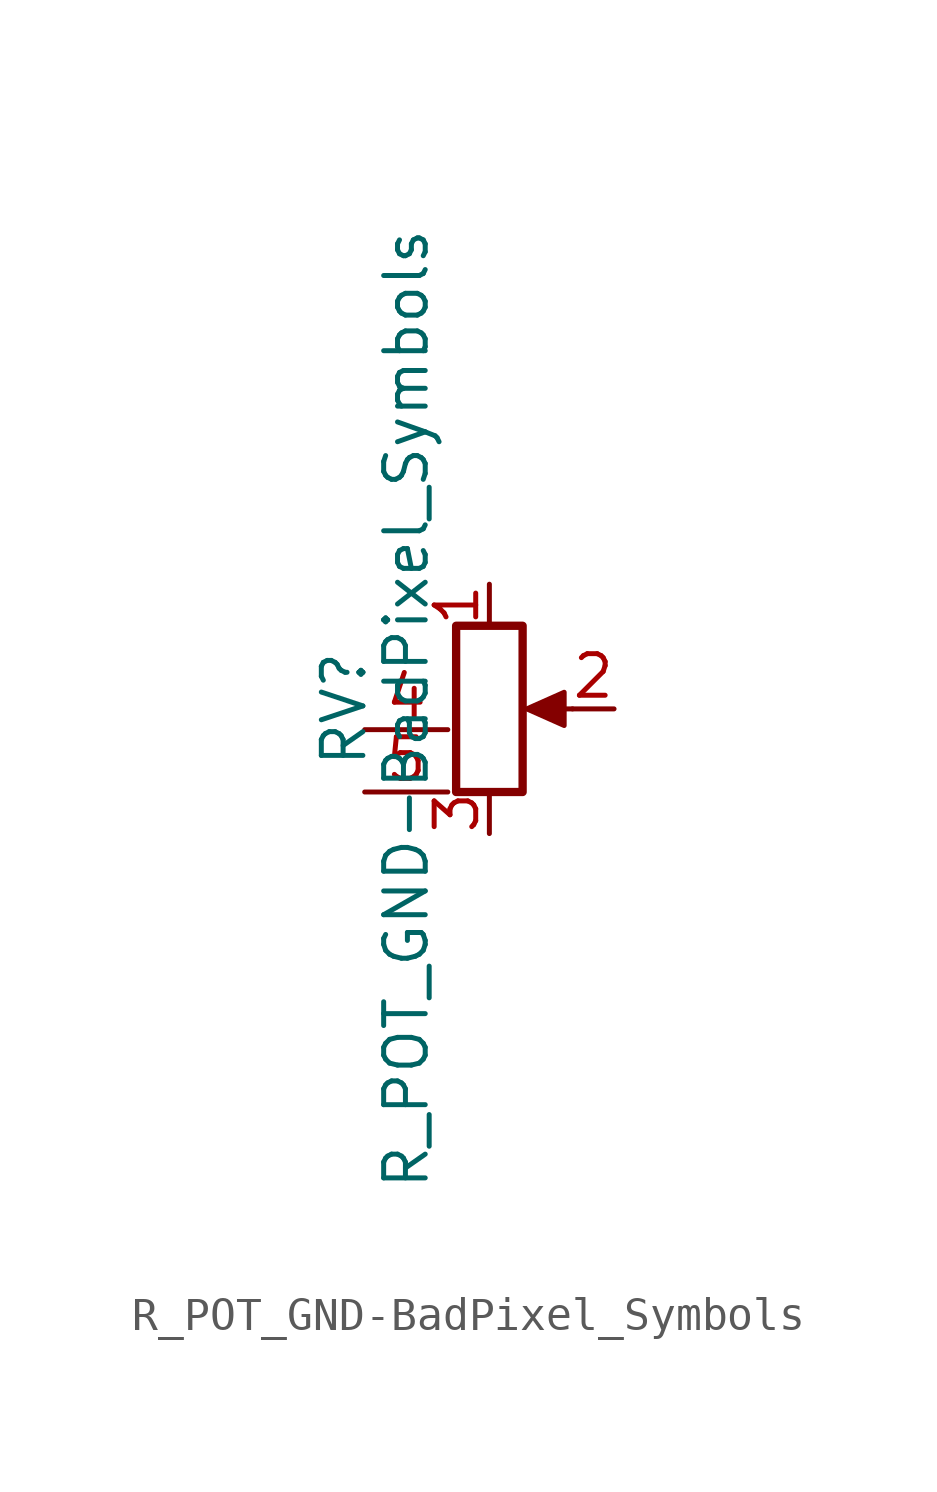
<source format=kicad_sym>
(kicad_symbol_lib
  (version 20211014)
  (generator kicad_symbol_editor)
  (symbol "R_POT_GND-BadPixel_Symbols"
    (pin_names
      (offset 1.016) hide)
    (property "Reference" "RV"
      (at -4.445 0 90)
      (effects (font (size 1.27 1.27))))
    (property "Value" "R_POT_GND-BadPixel_Symbols"
      (at -2.54 0 90)
      (effects (font (size 1.27 1.27))))
    (symbol "R_POT_GND-BadPixel_Symbols_0_1"
      (polyline (pts (xy 2.54 0) (xy 1.524 0)) (stroke (width 0) (type default) (color 0 0 0 0)) (fill (type none)))
      (polyline (pts (xy 1.143 0) (xy 2.286 0.508) (xy 2.286 -0.508) (xy 1.143 0)) (stroke (width 0) (type default) (color 0 0 0 0)) (fill (type outline)))
      (rectangle (start 1.016 2.54) (end -1.016 -2.54) (stroke (width 0.254) (type default) (color 0 0 0 0)) (fill (type none))))
    (symbol "R_POT_GND-BadPixel_Symbols_1_1"
      (pin passive line (at 0 3.81 270) (length 1.27) (name "1" (effects (font (size 1.27 1.27)))) (number "1" (effects (font (size 1.27 1.27)))))
      (pin passive line (at 3.81 0 180) (length 1.27) (name "2" (effects (font (size 1.27 1.27)))) (number "2" (effects (font (size 1.27 1.27)))))
      (pin passive line (at 0 -3.81 90) (length 1.27) (name "3" (effects (font (size 1.27 1.27)))) (number "3" (effects (font (size 1.27 1.27)))))
      (pin passive line (at -3.81 -0.635 0) (length 2.54) (name "4" (effects (font (size 1.27 1.27)))) (number "4" (effects (font (size 1.27 1.27)))))
      (pin passive line (at -3.81 -2.54 0) (length 2.54) (name "5" (effects (font (size 1.27 1.27)))) (number "5" (effects (font (size 1.27 1.27))))))))
</source>
